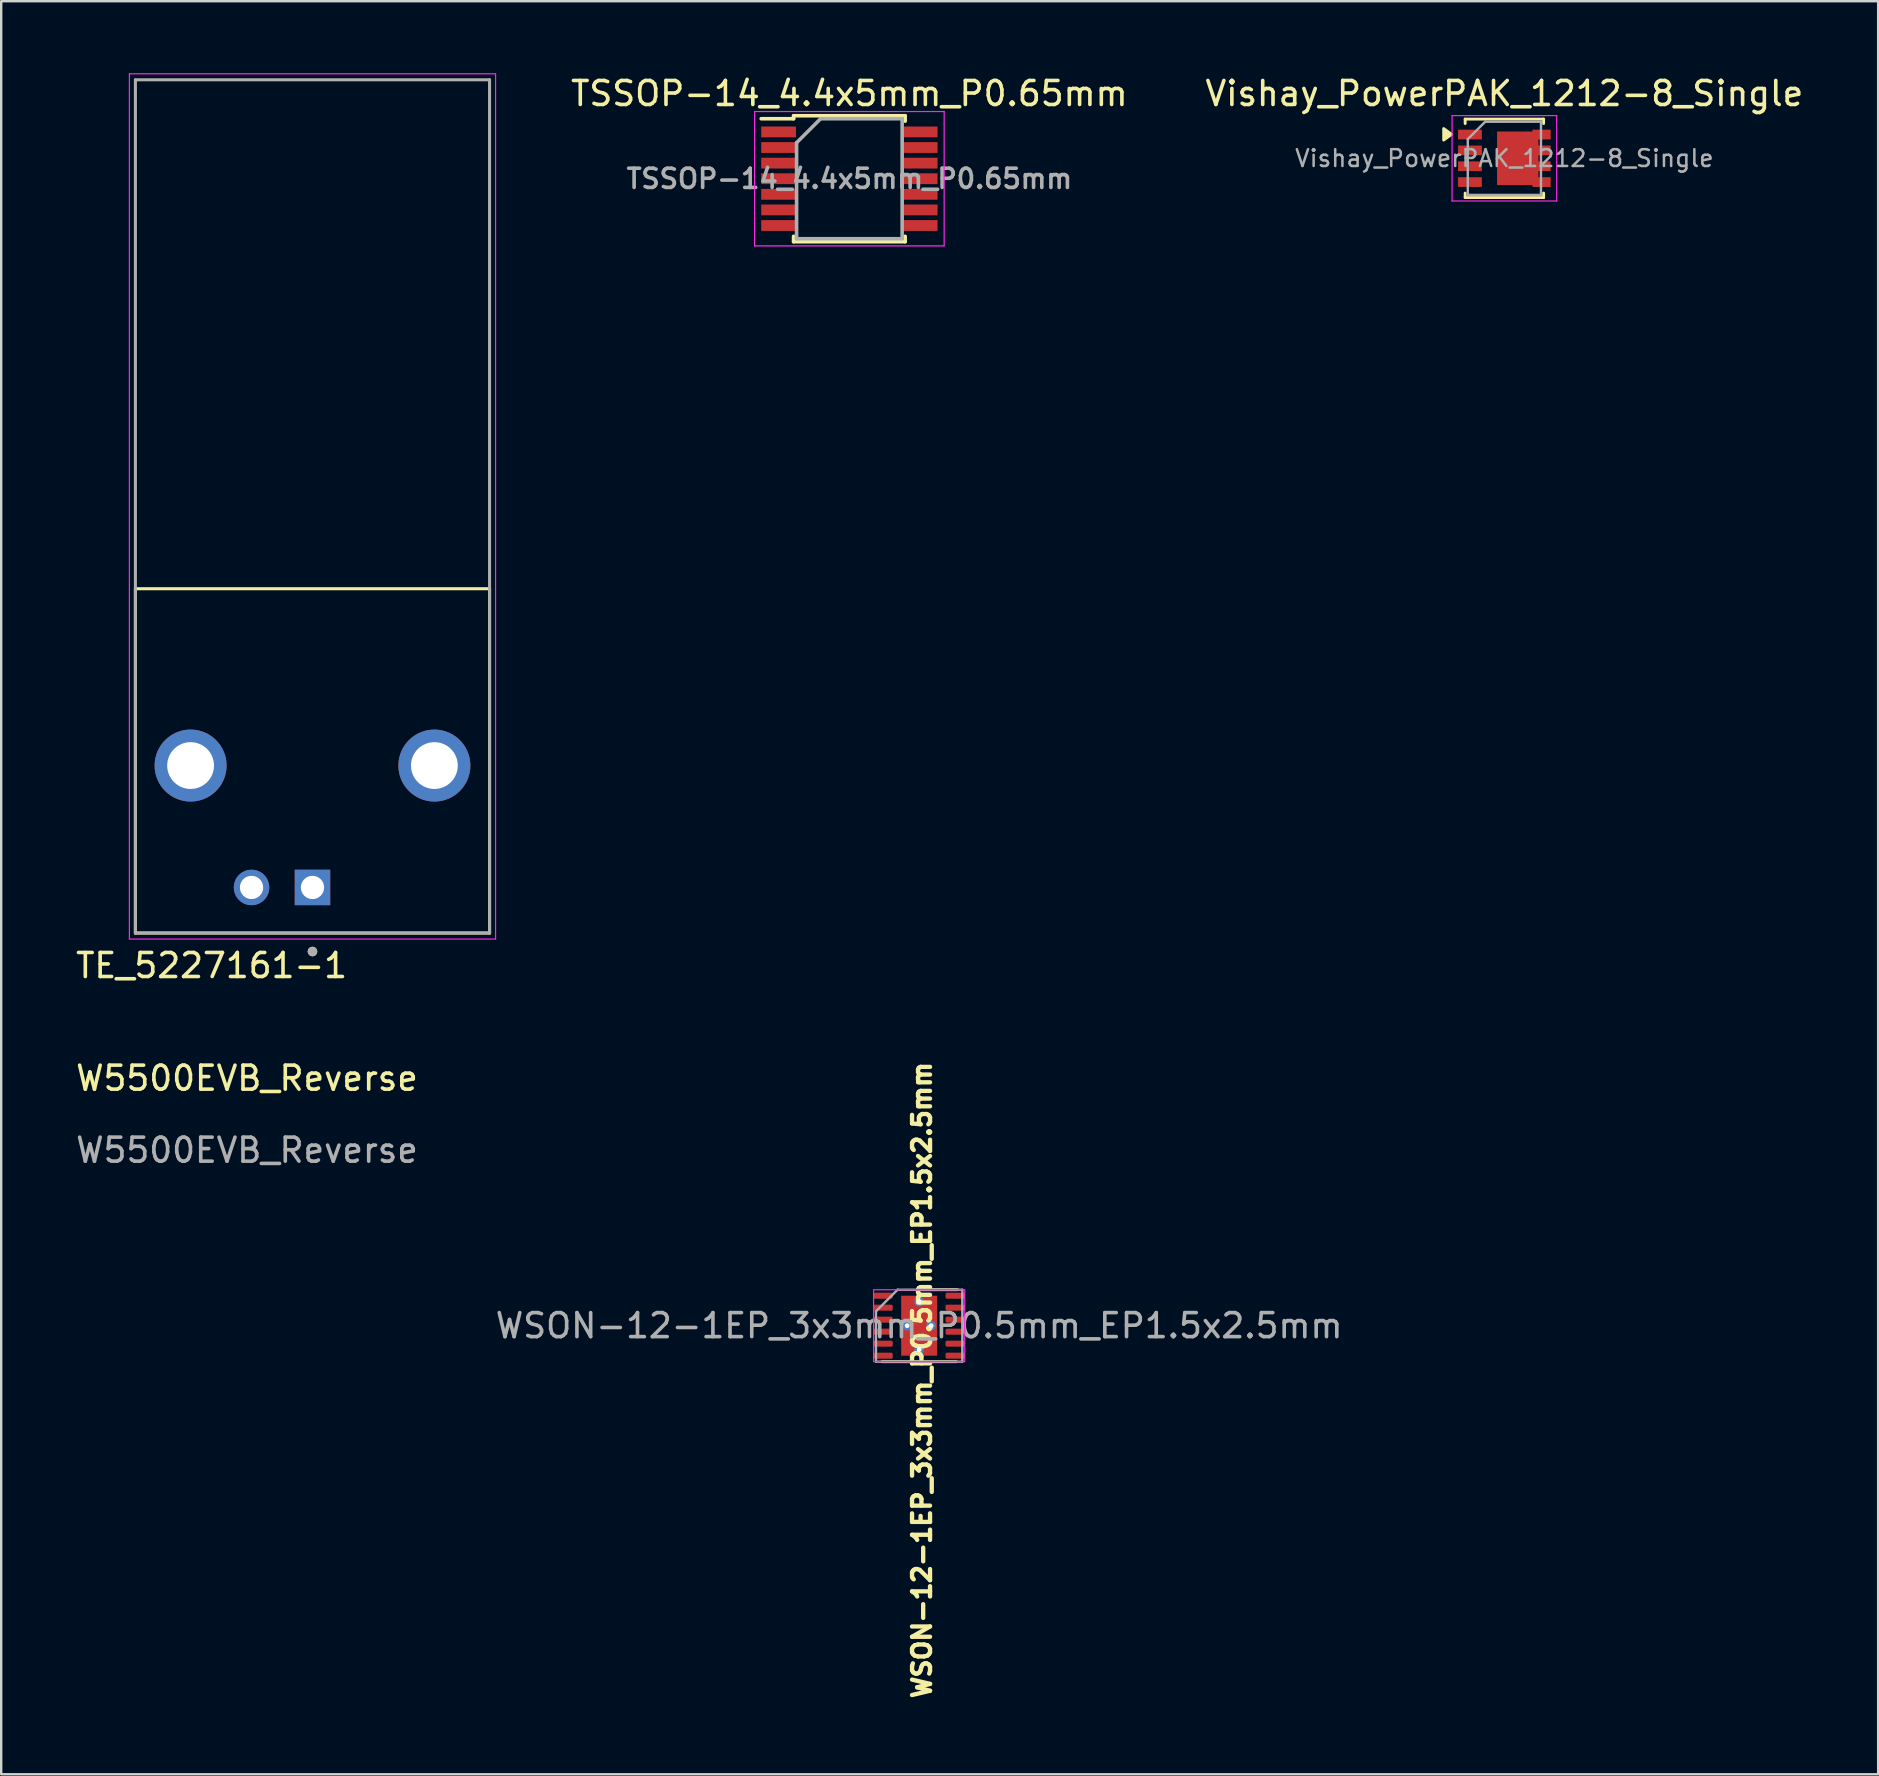
<source format=kicad_pcb>
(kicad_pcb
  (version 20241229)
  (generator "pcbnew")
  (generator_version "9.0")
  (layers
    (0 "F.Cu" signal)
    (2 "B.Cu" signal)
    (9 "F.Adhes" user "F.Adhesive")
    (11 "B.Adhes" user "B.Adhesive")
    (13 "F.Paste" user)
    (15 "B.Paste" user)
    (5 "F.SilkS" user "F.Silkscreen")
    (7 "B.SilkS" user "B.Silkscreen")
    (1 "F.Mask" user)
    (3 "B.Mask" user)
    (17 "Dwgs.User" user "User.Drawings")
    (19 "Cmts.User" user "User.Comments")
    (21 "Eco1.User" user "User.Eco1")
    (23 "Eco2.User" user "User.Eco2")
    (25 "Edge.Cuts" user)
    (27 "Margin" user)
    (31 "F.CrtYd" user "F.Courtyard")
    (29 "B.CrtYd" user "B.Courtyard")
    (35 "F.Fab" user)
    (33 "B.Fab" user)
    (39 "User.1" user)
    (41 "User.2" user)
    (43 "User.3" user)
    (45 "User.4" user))
  (footprint "WSON-12-1EP_3x3mm_P0.5mm_EP1.5x2.5mm"
    (layer "F.Cu")
    (at 35.256 52.199)
    (property "Reference" "WSON-12-1EP_3x3mm_P0.5mm_EP1.5x2.5mm" (at 0.116 2.267 90) (unlocked yes) (layer "F.SilkS") (effects (font (size 0.75 0.75) (thickness 0.18))))
    (attr smd)
    (fp_line (start -1.55 1.5) (end 1.55 1.5) (stroke (width 0.12) (type solid)) (layer "F.SilkS"))
    (fp_line (start 0 -1.5) (end 1.6 -1.5) (stroke (width 0.12) (type solid)) (layer "F.SilkS"))
    (fp_rect (start -1.9 -1.5) (end 1.9 1.5) (stroke (width 0.05) (type default)) (fill no) (layer "F.CrtYd"))
    (fp_line (start -1.8 -0.6) (end -0.9 -1.5) (stroke (width 0.1) (type solid)) (layer "F.Fab"))
    (fp_line (start -1.8 1.5) (end -1.8 -0.6) (stroke (width 0.1) (type solid)) (layer "F.Fab"))
    (fp_line (start -0.9 -1.5) (end 1.8 -1.5) (stroke (width 0.1) (type solid)) (layer "F.Fab"))
    (fp_line (start 1.8 -1.5) (end 1.8 1.5) (stroke (width 0.1) (type solid)) (layer "F.Fab"))
    (fp_line (start 1.8 1.5) (end -1.8 1.5) (stroke (width 0.1) (type solid)) (layer "F.Fab"))
    (fp_text user "${REFERENCE}" (at 0 0 180) (layer "F.Fab") (effects (font (size 1 1) (thickness 0.15))))
    (pad "1" smd roundrect (at -1.5 -1.25) (size 0.8 0.25) (layers "F.Cu" "F.Mask" "F.Paste") (roundrect_rratio 0.25))
    (pad "2" smd roundrect (at -1.5 -0.75) (size 0.8 0.25) (layers "F.Cu" "F.Mask" "F.Paste") (roundrect_rratio 0.25))
    (pad "3" smd roundrect (at -1.5 -0.25) (size 0.8 0.25) (layers "F.Cu" "F.Mask" "F.Paste") (roundrect_rratio 0.25))
    (pad "4" smd roundrect (at -1.5 0.25) (size 0.8 0.25) (layers "F.Cu" "F.Mask" "F.Paste") (roundrect_rratio 0.25))
    (pad "5" smd roundrect (at -1.5 0.75) (size 0.8 0.25) (layers "F.Cu" "F.Mask" "F.Paste") (roundrect_rratio 0.25))
    (pad "6" smd roundrect (at -1.5 1.25) (size 0.8 0.25) (layers "F.Cu" "F.Mask" "F.Paste") (roundrect_rratio 0.25))
    (pad "7" smd roundrect (at 1.5 1.25) (size 0.8 0.25) (layers "F.Cu" "F.Mask" "F.Paste") (roundrect_rratio 0.25))
    (pad "8" smd roundrect (at 1.5 0.75) (size 0.8 0.25) (layers "F.Cu" "F.Mask" "F.Paste") (roundrect_rratio 0.25))
    (pad "9" smd roundrect (at 1.5 0.25) (size 0.8 0.25) (layers "F.Cu" "F.Mask" "F.Paste") (roundrect_rratio 0.25))
    (pad "10" smd roundrect (at 1.5 -0.25) (size 0.8 0.25) (layers "F.Cu" "F.Mask" "F.Paste") (roundrect_rratio 0.25))
    (pad "11" smd roundrect (at 1.5 -0.75) (size 0.8 0.25) (layers "F.Cu" "F.Mask" "F.Paste") (roundrect_rratio 0.25))
    (pad "12" smd roundrect (at 1.5 -1.25) (size 0.8 0.25) (layers "F.Cu" "F.Mask" "F.Paste") (roundrect_rratio 0.25))
    (pad "13" thru_hole circle (at -0.5 0) (size 0.4 0.4) (drill 0.2) (layers "*.Cu" "*.Mask"))
    (pad "13" thru_hole circle (at 0 -1) (size 0.4 0.4) (drill 0.2) (layers "*.Cu" "*.Mask"))
    (pad "13" smd rect (at 0 0) (size 1.5 2.5) (layers "F.Cu" "F.Mask"))
    (pad "13" thru_hole circle (at 0 1) (size 0.4 0.4) (drill 0.2) (layers "*.Cu" "*.Mask"))
    (pad "13" thru_hole circle (at 0.5 0) (size 0.4 0.4) (drill 0.2) (layers "*.Cu" "*.Mask")))
  (footprint "TSSOP-14_4.4x5mm_P0.65mm"
    (layer "F.Cu")
    (at 32.348 4.398)
    (property "Reference" "TSSOP-14_4.4x5mm_P0.65mm" (at 0 -3.55 0) (layer "F.SilkS") (effects (font (size 1 1) (thickness 0.15))))
    (attr smd)
    (fp_line (start -2.325 -2.625) (end -2.325 -2.5) (stroke (width 0.15) (type solid)) (layer "F.SilkS"))
    (fp_line (start -2.325 -2.625) (end 2.325 -2.625) (stroke (width 0.15) (type solid)) (layer "F.SilkS"))
    (fp_line (start -2.325 -2.5) (end -3.675 -2.5) (stroke (width 0.15) (type solid)) (layer "F.SilkS"))
    (fp_line (start -2.325 2.625) (end -2.325 2.4) (stroke (width 0.15) (type solid)) (layer "F.SilkS"))
    (fp_line (start -2.325 2.625) (end 2.325 2.625) (stroke (width 0.15) (type solid)) (layer "F.SilkS"))
    (fp_line (start 2.325 -2.625) (end 2.325 -2.4) (stroke (width 0.15) (type solid)) (layer "F.SilkS"))
    (fp_line (start 2.325 2.625) (end 2.325 2.4) (stroke (width 0.15) (type solid)) (layer "F.SilkS"))
    (fp_line (start -3.95 -2.8) (end -3.95 2.8) (stroke (width 0.05) (type solid)) (layer "F.CrtYd"))
    (fp_line (start -3.95 -2.8) (end 3.95 -2.8) (stroke (width 0.05) (type solid)) (layer "F.CrtYd"))
    (fp_line (start -3.95 2.8) (end 3.95 2.8) (stroke (width 0.05) (type solid)) (layer "F.CrtYd"))
    (fp_line (start 3.95 -2.8) (end 3.95 2.8) (stroke (width 0.05) (type solid)) (layer "F.CrtYd"))
    (fp_line (start -2.2 -1.5) (end -1.2 -2.5) (stroke (width 0.15) (type solid)) (layer "F.Fab"))
    (fp_line (start -2.2 2.5) (end -2.2 -1.5) (stroke (width 0.15) (type solid)) (layer "F.Fab"))
    (fp_line (start -1.2 -2.5) (end 2.2 -2.5) (stroke (width 0.15) (type solid)) (layer "F.Fab"))
    (fp_line (start 2.2 -2.5) (end 2.2 2.5) (stroke (width 0.15) (type solid)) (layer "F.Fab"))
    (fp_line (start 2.2 2.5) (end -2.2 2.5) (stroke (width 0.15) (type solid)) (layer "F.Fab"))
    (fp_text user "${REFERENCE}" (at 0 0 0) (layer "F.Fab") (effects (font (size 0.8 0.8) (thickness 0.15))))
    (pad "1" smd rect (at -2.95 -1.95) (size 1.45 0.45) (layers "F.Cu" "F.Mask" "F.Paste"))
    (pad "2" smd rect (at -2.95 -1.3) (size 1.45 0.45) (layers "F.Cu" "F.Mask" "F.Paste"))
    (pad "3" smd rect (at -2.95 -0.65) (size 1.45 0.45) (layers "F.Cu" "F.Mask" "F.Paste"))
    (pad "4" smd rect (at -2.95 0) (size 1.45 0.45) (layers "F.Cu" "F.Mask" "F.Paste"))
    (pad "5" smd rect (at -2.95 0.65) (size 1.45 0.45) (layers "F.Cu" "F.Mask" "F.Paste"))
    (pad "6" smd rect (at -2.95 1.3) (size 1.45 0.45) (layers "F.Cu" "F.Mask" "F.Paste"))
    (pad "7" smd rect (at -2.95 1.95) (size 1.45 0.45) (layers "F.Cu" "F.Mask" "F.Paste"))
    (pad "8" smd rect (at 2.95 1.95) (size 1.45 0.45) (layers "F.Cu" "F.Mask" "F.Paste"))
    (pad "9" smd rect (at 2.95 1.3) (size 1.45 0.45) (layers "F.Cu" "F.Mask" "F.Paste"))
    (pad "10" smd rect (at 2.95 0.65) (size 1.45 0.45) (layers "F.Cu" "F.Mask" "F.Paste"))
    (pad "11" smd rect (at 2.95 0) (size 1.45 0.45) (layers "F.Cu" "F.Mask" "F.Paste"))
    (pad "12" smd rect (at 2.95 -0.65) (size 1.45 0.45) (layers "F.Cu" "F.Mask" "F.Paste"))
    (pad "13" smd rect (at 2.95 -1.3) (size 1.45 0.45) (layers "F.Cu" "F.Mask" "F.Paste"))
    (pad "14" smd rect (at 2.95 -1.95) (size 1.45 0.45) (layers "F.Cu" "F.Mask" "F.Paste")))
  (footprint "Vishay_PowerPAK_1212-8_Single"
    (layer "F.Cu")
    (at 59.646 3.548)
    (property "Reference" "Vishay_PowerPAK_1212-8_Single" (at 0 -2.7 0) (layer "F.SilkS") (effects (font (size 1 1) (thickness 0.15))))
    (attr smd)
    (fp_line (start -1.635 -1.635) (end -1.635 -1.45) (stroke (width 0.12) (type solid)) (layer "F.SilkS"))
    (fp_line (start -1.635 -1.635) (end 1.635 -1.635) (stroke (width 0.12) (type solid)) (layer "F.SilkS"))
    (fp_line (start -1.635 1.45) (end -1.635 1.635) (stroke (width 0.12) (type solid)) (layer "F.SilkS"))
    (fp_line (start -1.635 1.635) (end 1.635 1.635) (stroke (width 0.12) (type solid)) (layer "F.SilkS"))
    (fp_line (start 1.635 -1.635) (end 1.635 -1.45) (stroke (width 0.12) (type solid)) (layer "F.SilkS"))
    (fp_line (start 1.635 1.45) (end 1.635 1.635) (stroke (width 0.12) (type solid)) (layer "F.SilkS"))
    (fp_poly (pts (xy -2.2 -1) (xy -2.53 -0.76) (xy -2.53 -1.24) (xy -2.2 -1)) (stroke (width 0.12) (type solid)) (fill yes) (layer "F.SilkS"))
    (fp_line (start -2.18 -1.78) (end -2.18 1.78) (stroke (width 0.05) (type solid)) (layer "F.CrtYd"))
    (fp_line (start -2.18 -1.78) (end 2.18 -1.78) (stroke (width 0.05) (type solid)) (layer "F.CrtYd"))
    (fp_line (start -2.18 1.78) (end 2.18 1.78) (stroke (width 0.05) (type solid)) (layer "F.CrtYd"))
    (fp_line (start 2.18 -1.78) (end 2.18 1.78) (stroke (width 0.05) (type solid)) (layer "F.CrtYd"))
    (fp_line (start -1.525 -0.8) (end -1.525 1.525) (stroke (width 0.1) (type solid)) (layer "F.Fab"))
    (fp_line (start -1.525 -0.8) (end -0.8 -1.525) (stroke (width 0.1) (type solid)) (layer "F.Fab"))
    (fp_line (start -1.525 1.525) (end 1.525 1.525) (stroke (width 0.1) (type solid)) (layer "F.Fab"))
    (fp_line (start -0.8 -1.525) (end 1.525 -1.525) (stroke (width 0.1) (type solid)) (layer "F.Fab"))
    (fp_line (start 1.525 -1.525) (end 1.525 1.525) (stroke (width 0.1) (type solid)) (layer "F.Fab"))
    (fp_text user "${REFERENCE}" (at 0 0 0) (layer "F.Fab") (effects (font (size 0.7 0.7) (thickness 0.105))))
    (pad "1" smd rect (at -1.435 -0.99) (size 0.99 0.405) (layers "F.Cu" "F.Mask" "F.Paste"))
    (pad "2" smd rect (at -1.435 -0.33) (size 0.99 0.405) (layers "F.Cu" "F.Mask" "F.Paste"))
    (pad "3" smd rect (at -1.435 0.33) (size 0.99 0.405) (layers "F.Cu" "F.Mask" "F.Paste"))
    (pad "4" smd rect (at -1.435 0.99) (size 0.99 0.405) (layers "F.Cu" "F.Mask" "F.Paste"))
    (pad "5" smd custom (at 0.557 0) (size 1.725 2.235) (layers "F.Cu" "F.Mask" "F.Paste") (options (anchor rect)) (primitives (gr_poly (pts (xy 1.373 -0.787) (xy 0.863 -0.787) (xy 0.863 -0.532) (xy 1.373 -0.532) (xy 1.373 -0.128) (xy 0.863 -0.128) (xy 0.863 0.128) (xy 1.373 0.128) (xy 1.373 0.532) (xy 0.863 0.532) (xy 0.863 0.787) (xy 1.373 0.787) (xy 1.373 1.195) (xy 0.613 1.195) (xy 0.613 -1.195) (xy 1.373 -1.195)) (width 0) (fill yes)))))
  (footprint "TE_5227161-1"
    (layer "F.Cu")
    (at 9.973 28.855)
    (property "Reference" "TE_5227161-1" (at -4.205 8.335 0) (layer "F.SilkS") (effects (font (size 1 1) (thickness 0.15))))
    (attr through_hole)
    (fp_line (start -7.38 -7.37) (end 7.38 -7.37) (stroke (width 0.127) (type solid)) (layer "F.SilkS"))
    (fp_line (start -7.38 6.98) (end -7.38 -7.37) (stroke (width 0.127) (type solid)) (layer "F.SilkS"))
    (fp_line (start 7.38 -7.37) (end 7.38 6.98) (stroke (width 0.127) (type solid)) (layer "F.SilkS"))
    (fp_line (start 7.38 6.98) (end -7.38 6.98) (stroke (width 0.127) (type solid)) (layer "F.SilkS"))
    (fp_circle (center 0 7.75) (end 0.1 7.75) (stroke (width 0.2) (type solid)) (fill no) (layer "F.SilkS"))
    (fp_line (start -7.63 -28.83) (end 7.63 -28.83) (stroke (width 0.05) (type solid)) (layer "F.CrtYd"))
    (fp_line (start -7.63 7.23) (end -7.63 -28.83) (stroke (width 0.05) (type solid)) (layer "F.CrtYd"))
    (fp_line (start 7.63 -28.83) (end 7.63 7.23) (stroke (width 0.05) (type solid)) (layer "F.CrtYd"))
    (fp_line (start 7.63 7.23) (end -7.63 7.23) (stroke (width 0.05) (type solid)) (layer "F.CrtYd"))
    (fp_line (start -7.38 -28.58) (end 7.38 -28.58) (stroke (width 0.127) (type solid)) (layer "F.Fab"))
    (fp_line (start -7.38 6.98) (end -7.38 -28.58) (stroke (width 0.127) (type solid)) (layer "F.Fab"))
    (fp_line (start 7.38 -28.58) (end 7.38 6.98) (stroke (width 0.127) (type solid)) (layer "F.Fab"))
    (fp_line (start 7.38 6.98) (end -7.38 6.98) (stroke (width 0.127) (type solid)) (layer "F.Fab"))
    (fp_circle (center 0 7.75) (end 0.1 7.75) (stroke (width 0.2) (type solid)) (fill no) (layer "F.Fab"))
    (pad "1" thru_hole circle (at -5.08 0) (size 3 3) (drill 1.95) (layers "*.Cu" "*.Mask"))
    (pad "1" thru_hole circle (at -2.54 5.08) (size 1.478 1.478) (drill 0.97) (layers "*.Cu" "*.Mask"))
    (pad "1" thru_hole circle (at 5.08 0) (size 3 3) (drill 1.95) (layers "*.Cu" "*.Mask"))
    (pad "2" thru_hole rect (at 0 5.08) (size 1.478 1.478) (drill 0.97) (layers "*.Cu" "*.Mask")))
  (footprint "W5500EVB_Reverse"
    (layer "F.Cu")
    (at 7.244 42.386)
    (property "Reference" "W5500EVB_Reverse" (at 0 -0.5 0) (unlocked yes) (layer "F.SilkS") (effects (font (size 1 1) (thickness 0.15))))
    (attr through_hole)
    (fp_text user "${REFERENCE}" (at 0 2.5 0) (unlocked yes) (layer "F.Fab") (effects (font (size 1 1) (thickness 0.15)))))
  (gr_rect
    (start -3 -3)
    (end 75.223 70.893)
    (stroke (width 0.1) (type default))
    (fill no)
    (layer "Edge.Cuts")))
</source>
